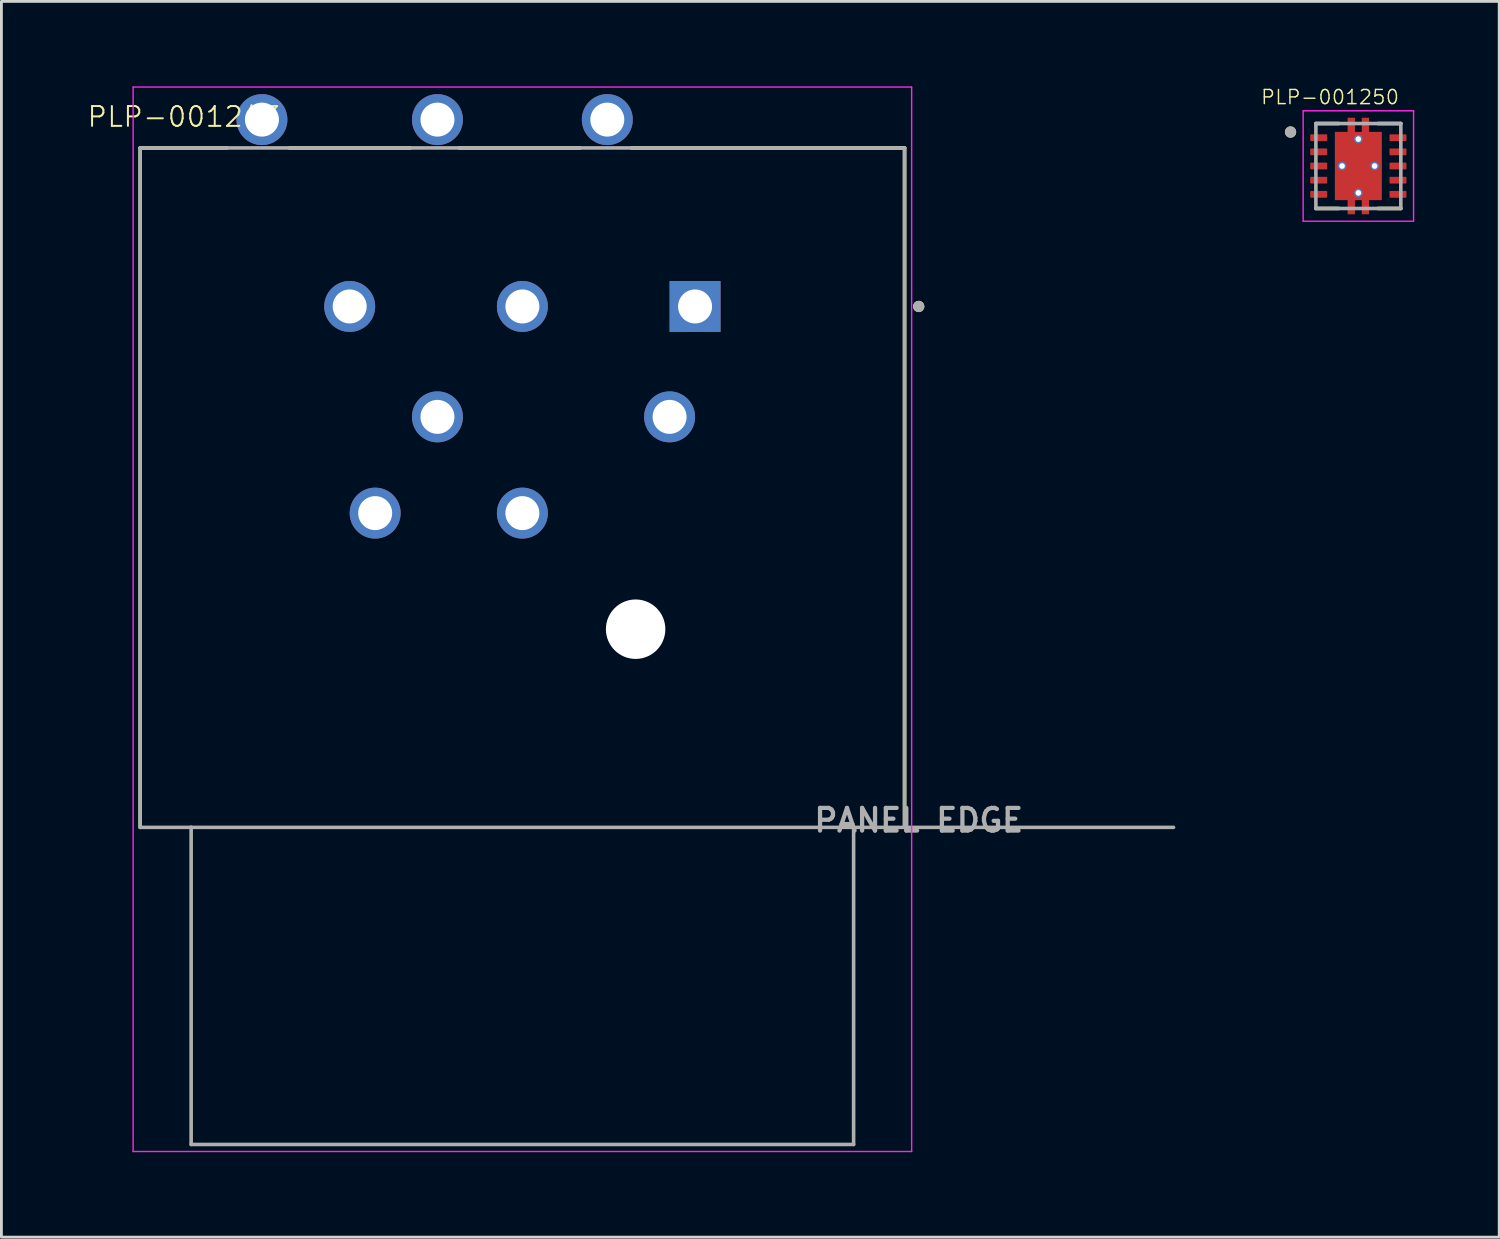
<source format=kicad_pcb>
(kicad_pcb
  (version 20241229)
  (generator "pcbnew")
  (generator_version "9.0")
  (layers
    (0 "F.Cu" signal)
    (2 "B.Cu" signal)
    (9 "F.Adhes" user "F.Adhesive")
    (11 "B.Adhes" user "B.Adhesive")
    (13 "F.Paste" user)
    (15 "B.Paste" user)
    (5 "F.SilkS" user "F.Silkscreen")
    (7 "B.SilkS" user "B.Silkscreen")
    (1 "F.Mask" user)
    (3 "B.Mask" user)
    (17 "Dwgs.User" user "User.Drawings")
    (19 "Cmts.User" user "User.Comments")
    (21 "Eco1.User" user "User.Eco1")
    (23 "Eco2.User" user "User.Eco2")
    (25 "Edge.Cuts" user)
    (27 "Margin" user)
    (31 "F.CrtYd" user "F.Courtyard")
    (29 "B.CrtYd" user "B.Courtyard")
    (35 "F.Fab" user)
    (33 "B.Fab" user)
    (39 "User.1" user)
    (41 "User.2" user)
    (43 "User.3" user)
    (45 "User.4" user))
  (footprint "PLP-001250"
    (layer "F.Cu")
    (at 44.931 2.814)
    (property "Reference" "PLP-001250" (at -1 -2.433 0) (layer "F.SilkS") (effects (font (size 0.5 0.5) (thickness 0.05))))
    (attr smd)
    (fp_poly (pts (xy -1.77 -1.19) (xy -1.03 -1.19) (xy -1.03 -0.81) (xy -1.77 -0.81)) (stroke (width 0.01) (type solid)) (fill yes) (layer "F.Mask"))
    (fp_poly (pts (xy -1.77 -0.69) (xy -1.03 -0.69) (xy -1.03 -0.31) (xy -1.77 -0.31)) (stroke (width 0.01) (type solid)) (fill yes) (layer "F.Mask"))
    (fp_poly (pts (xy -1.77 -0.19) (xy -1.03 -0.19) (xy -1.03 0.19) (xy -1.77 0.19)) (stroke (width 0.01) (type solid)) (fill yes) (layer "F.Mask"))
    (fp_poly (pts (xy -1.77 0.31) (xy -1.03 0.31) (xy -1.03 0.69) (xy -1.77 0.69)) (stroke (width 0.01) (type solid)) (fill yes) (layer "F.Mask"))
    (fp_poly (pts (xy -1.77 0.81) (xy -1.03 0.81) (xy -1.03 1.19) (xy -1.77 1.19)) (stroke (width 0.01) (type solid)) (fill yes) (layer "F.Mask"))
    (fp_poly (pts (xy 1.03 -1.19) (xy 1.77 -1.19) (xy 1.77 -0.81) (xy 1.03 -0.81)) (stroke (width 0.01) (type solid)) (fill yes) (layer "F.Mask"))
    (fp_poly (pts (xy 1.03 -0.69) (xy 1.77 -0.69) (xy 1.77 -0.31) (xy 1.03 -0.31)) (stroke (width 0.01) (type solid)) (fill yes) (layer "F.Mask"))
    (fp_poly (pts (xy 1.03 -0.19) (xy 1.77 -0.19) (xy 1.77 0.19) (xy 1.03 0.19)) (stroke (width 0.01) (type solid)) (fill yes) (layer "F.Mask"))
    (fp_poly (pts (xy 1.03 0.31) (xy 1.77 0.31) (xy 1.77 0.69) (xy 1.03 0.69)) (stroke (width 0.01) (type solid)) (fill yes) (layer "F.Mask"))
    (fp_poly (pts (xy 1.03 0.81) (xy 1.77 0.81) (xy 1.77 1.19) (xy 1.03 1.19)) (stroke (width 0.01) (type solid)) (fill yes) (layer "F.Mask"))
    (fp_poly (pts (xy -0.895 -1.27) (xy -0.445 -1.27) (xy -0.445 -1.77) (xy -0.055 -1.77) (xy -0.055 -1.27) (xy 0.055 -1.27) (xy 0.055 -1.77) (xy 0.445 -1.77) (xy 0.445 -1.27) (xy 0.895 -1.27) (xy 0.895 1.27) (xy 0.445 1.27) (xy 0.445 1.77) (xy 0.055 1.77) (xy 0.055 1.27) (xy -0.055 1.27) (xy -0.055 1.77) (xy -0.445 1.77) (xy -0.445 1.27) (xy -0.895 1.27)) (stroke (width 0.01) (type solid)) (fill yes) (layer "F.Mask"))
    (fp_line (start -1.5 -1.5) (end -0.695 -1.5) (stroke (width 0.127) (type solid)) (layer "F.SilkS"))
    (fp_line (start -1.5 1.5) (end -0.695 1.5) (stroke (width 0.127) (type solid)) (layer "F.SilkS"))
    (fp_line (start 0.695 -1.5) (end 1.5 -1.5) (stroke (width 0.127) (type solid)) (layer "F.SilkS"))
    (fp_line (start 0.695 1.5) (end 1.5 1.5) (stroke (width 0.127) (type solid)) (layer "F.SilkS"))
    (fp_circle (center -2.395 -1.2) (end -2.295 -1.2) (stroke (width 0.2) (type solid)) (fill no) (layer "F.SilkS"))
    (fp_poly (pts (xy -0.75 -1.16) (xy 0.75 -1.16) (xy 0.75 -0.1) (xy -0.75 -0.1)) (stroke (width 0.01) (type solid)) (fill yes) (layer "F.Paste"))
    (fp_poly (pts (xy -0.75 0.1) (xy 0.75 0.1) (xy 0.75 1.16) (xy -0.75 1.16)) (stroke (width 0.01) (type solid)) (fill yes) (layer "F.Paste"))
    (fp_poly (pts (xy -0.375 -1.7) (xy -0.125 -1.7) (xy -0.125 -1.36) (xy -0.375 -1.36)) (stroke (width 0.01) (type solid)) (fill yes) (layer "F.Paste"))
    (fp_poly (pts (xy -0.375 1.36) (xy -0.125 1.36) (xy -0.125 1.7) (xy -0.375 1.7)) (stroke (width 0.01) (type solid)) (fill yes) (layer "F.Paste"))
    (fp_poly (pts (xy 0.125 -1.7) (xy 0.375 -1.7) (xy 0.375 -1.36) (xy 0.125 -1.36)) (stroke (width 0.01) (type solid)) (fill yes) (layer "F.Paste"))
    (fp_poly (pts (xy 0.125 1.36) (xy 0.375 1.36) (xy 0.375 1.7) (xy 0.125 1.7)) (stroke (width 0.01) (type solid)) (fill yes) (layer "F.Paste"))
    (fp_line (start -1.95 -1.95) (end -1.95 1.95) (stroke (width 0.05) (type solid)) (layer "F.CrtYd"))
    (fp_line (start -1.95 -1.95) (end 1.95 -1.95) (stroke (width 0.05) (type solid)) (layer "F.CrtYd"))
    (fp_line (start -1.95 1.95) (end 1.95 1.95) (stroke (width 0.05) (type solid)) (layer "F.CrtYd"))
    (fp_line (start 1.95 -1.95) (end 1.95 1.95) (stroke (width 0.05) (type solid)) (layer "F.CrtYd"))
    (fp_line (start -1.5 -1.5) (end -1.5 1.5) (stroke (width 0.127) (type solid)) (layer "F.Fab"))
    (fp_line (start -1.5 -1.5) (end 1.5 -1.5) (stroke (width 0.127) (type solid)) (layer "F.Fab"))
    (fp_line (start -1.5 1.5) (end 1.5 1.5) (stroke (width 0.127) (type solid)) (layer "F.Fab"))
    (fp_line (start 1.5 -1.5) (end 1.5 1.5) (stroke (width 0.127) (type solid)) (layer "F.Fab"))
    (fp_circle (center -2.395 -1.2) (end -2.295 -1.2) (stroke (width 0.2) (type solid)) (fill no) (layer "F.Fab"))
    (pad "1" smd roundrect (at -1.4 -1) (size 0.6 0.24) (layers "F.Cu" "F.Paste") (roundrect_rratio 0.125))
    (pad "2" smd roundrect (at -1.4 -0.5) (size 0.6 0.24) (layers "F.Cu" "F.Paste") (roundrect_rratio 0.125))
    (pad "3" smd roundrect (at -1.4 0) (size 0.6 0.24) (layers "F.Cu" "F.Paste") (roundrect_rratio 0.125))
    (pad "4" smd roundrect (at -1.4 0.5) (size 0.6 0.24) (layers "F.Cu" "F.Paste") (roundrect_rratio 0.125))
    (pad "5" smd roundrect (at -1.4 1) (size 0.6 0.24) (layers "F.Cu" "F.Paste") (roundrect_rratio 0.125))
    (pad "6" smd roundrect (at 1.4 1) (size 0.6 0.24) (layers "F.Cu" "F.Paste") (roundrect_rratio 0.125))
    (pad "7" smd roundrect (at 1.4 0.5) (size 0.6 0.24) (layers "F.Cu" "F.Paste") (roundrect_rratio 0.125))
    (pad "8" smd roundrect (at 1.4 0) (size 0.6 0.24) (layers "F.Cu" "F.Paste") (roundrect_rratio 0.125))
    (pad "9" smd roundrect (at 1.4 -0.5) (size 0.6 0.24) (layers "F.Cu" "F.Paste") (roundrect_rratio 0.125))
    (pad "10" smd roundrect (at 1.4 -1) (size 0.6 0.24) (layers "F.Cu" "F.Paste") (roundrect_rratio 0.125))
    (pad "11" smd custom (at 0 0) (size 1.65 2.4) (layers "F.Cu") (options (anchor rect)) (primitives (gr_poly (pts (xy -0.825 -1.2) (xy -0.375 -1.2) (xy -0.375 -1.7) (xy -0.125 -1.7) (xy -0.125 -1.2) (xy 0.125 -1.2) (xy 0.125 -1.7) (xy 0.375 -1.7) (xy 0.375 -1.2) (xy 0.825 -1.2) (xy 0.825 1.2) (xy 0.375 1.2) (xy 0.375 1.7) (xy 0.125 1.7) (xy 0.125 1.2) (xy -0.125 1.2) (xy -0.125 1.7) (xy -0.375 1.7) (xy -0.375 1.2) (xy -0.825 1.2)) (width 0.01) (fill yes))))
    (pad "12" thru_hole circle (at 0 0.95) (size 0.3 0.3) (drill 0.2) (layers "*.Cu"))
    (pad "13" thru_hole circle (at -0.575 0) (size 0.3 0.3) (drill 0.2) (layers "*.Cu"))
    (pad "14" thru_hole circle (at 0.575 0) (size 0.3 0.3) (drill 0.2) (layers "*.Cu"))
    (pad "15" thru_hole circle (at 0 -0.95) (size 0.3 0.3) (drill 0.2) (layers "*.Cu")))
  (footprint "PLP-001243"
    (layer "F.Cu")
    (at 15.402 26.175)
    (property "Reference" "PLP-001243" (at -11.95 -25.1 0) (layer "F.SilkS") (effects (font (size 0.7 0.7) (thickness 0.07))))
    (attr through_hole)
    (fp_line (start -13.5 -24) (end -10.42 -24) (stroke (width 0.127) (type solid)) (layer "F.SilkS"))
    (fp_line (start -13.5 0) (end -13.5 -24) (stroke (width 0.127) (type solid)) (layer "F.SilkS"))
    (fp_line (start -8.232 -24) (end -3.96 -24) (stroke (width 0.127) (type solid)) (layer "F.SilkS"))
    (fp_line (start -2.233 -24) (end 2.039 -24) (stroke (width 0.127) (type solid)) (layer "F.SilkS"))
    (fp_line (start 3.852 -24) (end 13.5 -24) (stroke (width 0.127) (type solid)) (layer "F.SilkS"))
    (fp_line (start 13.5 -24) (end 13.5 0) (stroke (width 0.127) (type solid)) (layer "F.SilkS"))
    (fp_circle (center 14 -18.4) (end 14.1 -18.4) (stroke (width 0.2) (type solid)) (fill no) (layer "F.SilkS"))
    (fp_line (start -13.75 -26.15) (end -13.75 11.45) (stroke (width 0.05) (type solid)) (layer "F.CrtYd"))
    (fp_line (start -13.75 11.45) (end 13.75 11.45) (stroke (width 0.05) (type solid)) (layer "F.CrtYd"))
    (fp_line (start 13.75 -26.15) (end -13.75 -26.15) (stroke (width 0.05) (type solid)) (layer "F.CrtYd"))
    (fp_line (start 13.75 11.45) (end 13.75 -26.15) (stroke (width 0.05) (type solid)) (layer "F.CrtYd"))
    (fp_line (start -13.5 -24) (end 13.5 -24) (stroke (width 0.127) (type solid)) (layer "F.Fab"))
    (fp_line (start -13.5 0) (end -13.5 -24) (stroke (width 0.127) (type solid)) (layer "F.Fab"))
    (fp_line (start -13.5 0) (end -11.7 0) (stroke (width 0.127) (type solid)) (layer "F.Fab"))
    (fp_line (start -11.7 0) (end -11.7 11.2) (stroke (width 0.127) (type solid)) (layer "F.Fab"))
    (fp_line (start -11.7 0) (end 11.7 0) (stroke (width 0.127) (type solid)) (layer "F.Fab"))
    (fp_line (start 11.7 0) (end 11.7 11.2) (stroke (width 0.127) (type solid)) (layer "F.Fab"))
    (fp_line (start 11.7 0) (end 13.5 0) (stroke (width 0.127) (type solid)) (layer "F.Fab"))
    (fp_line (start 11.7 11.2) (end -11.7 11.2) (stroke (width 0.127) (type solid)) (layer "F.Fab"))
    (fp_line (start 13.5 -24) (end 13.5 0) (stroke (width 0.127) (type solid)) (layer "F.Fab"))
    (fp_line (start 13.5 0) (end 23 0) (stroke (width 0.127) (type solid)) (layer "F.Fab"))
    (fp_circle (center 14 -18.4) (end 14.1 -18.4) (stroke (width 0.2) (type solid)) (fill no) (layer "F.Fab"))
    (fp_text user "PANEL EDGE" (at 14 -0.25 0) (layer "F.Fab") (effects (font (size 0.8 0.8) (thickness 0.15))))
    (pad "" np_thru_hole circle (at 4 -7) (size 2.1 2.1) (drill 2.1) (layers "*.Cu" "*.Mask"))
    (pad "1" thru_hole rect (at 6.1 -18.4) (size 1.8 1.8) (drill 1.2) (layers "*.Cu" "*.Mask"))
    (pad "2" thru_hole circle (at -6.1 -18.4) (size 1.8 1.8) (drill 1.2) (layers "*.Cu" "*.Mask"))
    (pad "3" thru_hole circle (at 0 -18.4) (size 1.8 1.8) (drill 1.2) (layers "*.Cu" "*.Mask"))
    (pad "G" thru_hole circle (at 0 -11.1) (size 1.8 1.8) (drill 1.2) (layers "*.Cu" "*.Mask"))
    (pad "R" thru_hole circle (at 5.2 -14.5) (size 1.8 1.8) (drill 1.2) (layers "*.Cu" "*.Mask"))
    (pad "RS" thru_hole circle (at 3 -25) (size 1.8 1.8) (drill 1.2) (layers "*.Cu" "*.Mask"))
    (pad "S" thru_hole circle (at -5.2 -11.1) (size 1.8 1.8) (drill 1.2) (layers "*.Cu" "*.Mask"))
    (pad "SS" thru_hole circle (at -3 -14.5) (size 1.8 1.8) (drill 1.2) (layers "*.Cu" "*.Mask"))
    (pad "T" thru_hole circle (at -9.2 -25) (size 1.8 1.8) (drill 1.2) (layers "*.Cu" "*.Mask"))
    (pad "TS" thru_hole circle (at -3 -25) (size 1.8 1.8) (drill 1.2) (layers "*.Cu" "*.Mask")))
  (gr_rect
    (start -3 -3)
    (end 49.906 40.65)
    (stroke (width 0.1) (type default))
    (fill no)
    (layer "Edge.Cuts")))
</source>
